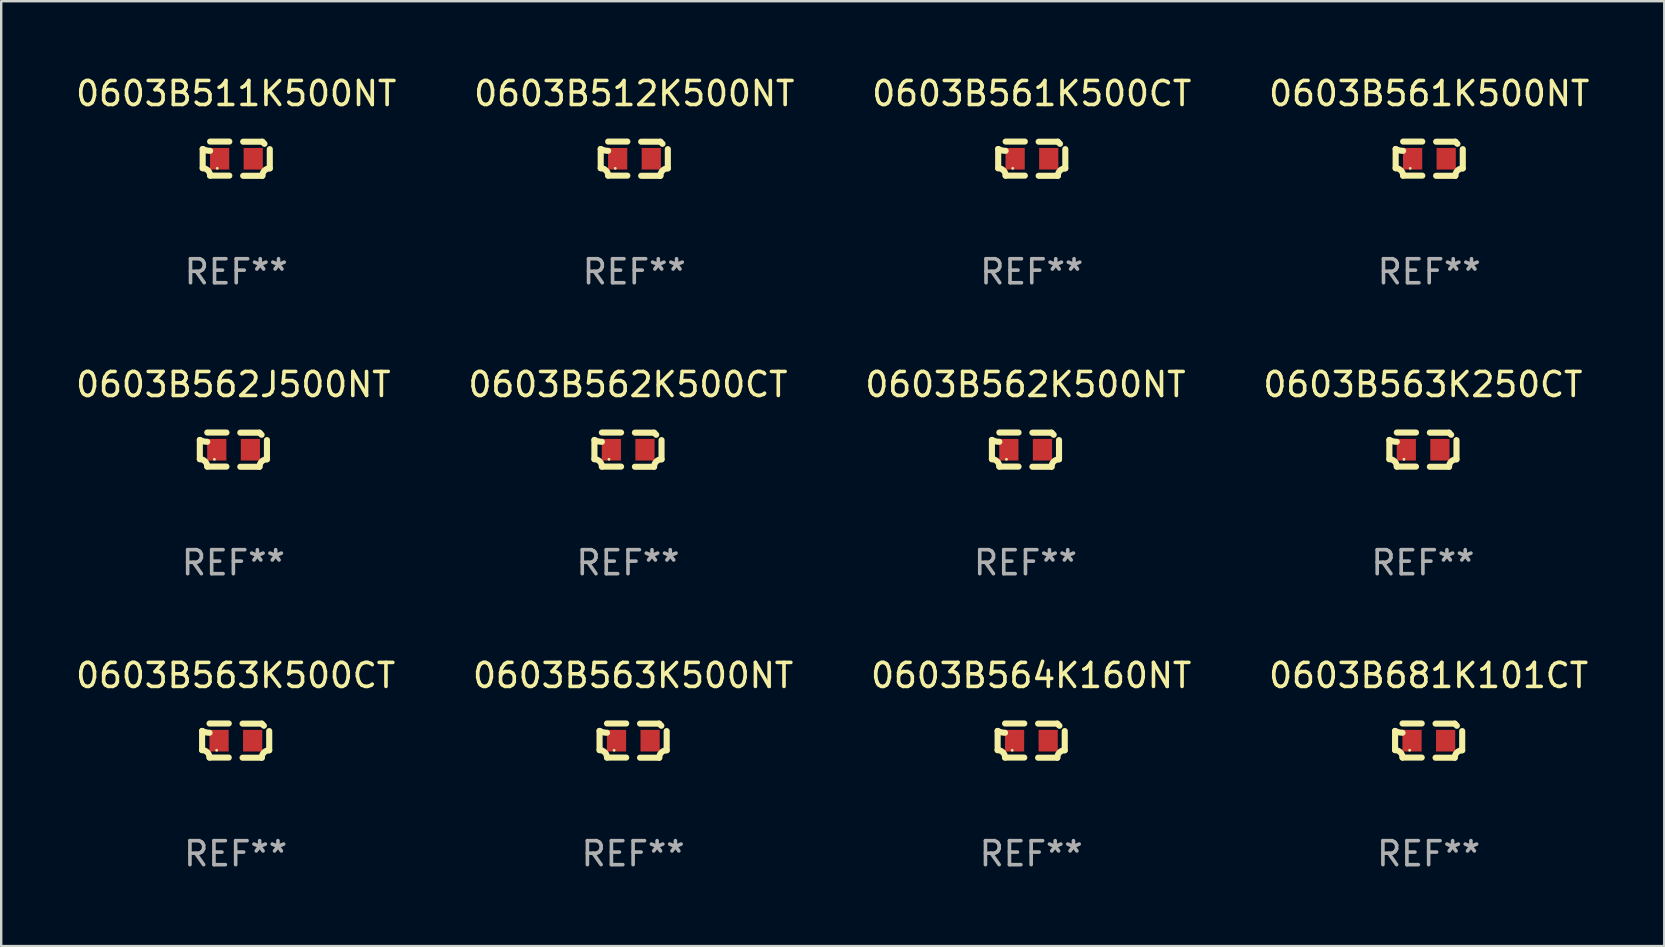
<source format=kicad_pcb>
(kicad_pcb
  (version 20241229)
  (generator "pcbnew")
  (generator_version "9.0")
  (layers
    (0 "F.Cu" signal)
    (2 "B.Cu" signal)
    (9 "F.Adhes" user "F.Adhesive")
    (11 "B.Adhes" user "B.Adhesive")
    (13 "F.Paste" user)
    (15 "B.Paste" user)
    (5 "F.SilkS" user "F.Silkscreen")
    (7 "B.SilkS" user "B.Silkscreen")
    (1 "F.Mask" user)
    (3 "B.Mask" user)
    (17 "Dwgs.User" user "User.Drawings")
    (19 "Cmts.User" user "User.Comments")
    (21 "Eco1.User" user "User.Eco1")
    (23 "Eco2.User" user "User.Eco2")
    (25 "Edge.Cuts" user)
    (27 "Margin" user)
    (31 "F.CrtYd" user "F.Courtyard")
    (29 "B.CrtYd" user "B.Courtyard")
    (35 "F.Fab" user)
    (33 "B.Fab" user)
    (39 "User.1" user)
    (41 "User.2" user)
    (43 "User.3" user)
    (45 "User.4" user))
  (footprint "0603B681K101CT"
    (layer "F.Cu")
    (at 56.47 27.805)
    (property "Reference" "0603B681K101CT" (at 0 -2.713 0) (layer "F.SilkS") (effects (font (size 1 1) (thickness 0.15))))
    (attr through_hole)
    (fp_line (start -1.398 -0.403) (end -1.398 0.397) (stroke (width 0.254) (type solid)) (layer "F.SilkS"))
    (fp_line (start -0.288 -0.713) (end -1.088 -0.713) (stroke (width 0.254) (type solid)) (layer "F.SilkS"))
    (fp_line (start -0.288 0.707) (end -1.088 0.707) (stroke (width 0.254) (type solid)) (layer "F.SilkS"))
    (fp_line (start 0.288 -0.707) (end 1.088 -0.707) (stroke (width 0.254) (type solid)) (layer "F.SilkS"))
    (fp_line (start 0.288 0.713) (end 1.088 0.713) (stroke (width 0.254) (type solid)) (layer "F.SilkS"))
    (fp_line (start 1.398 -0.397) (end 1.398 0.403) (stroke (width 0.254) (type solid)) (layer "F.SilkS"))
    (fp_arc (start -1.397789 0.397066) (mid -1.178701 0.487826) (end -1.08796 0.706922) (stroke (width 0.254001) (type solid)) (layer "F.SilkS"))
    (fp_arc (start -1.08796 -0.327176) (mid -1.247436 -0.346384) (end -1.39779 -0.402908) (stroke (width 0.254001) (type solid)) (layer "F.SilkS"))
    (fp_arc (start 1.087909 0.712738) (mid 1.178656 0.493655) (end 1.397739 0.402908) (stroke (width 0.254001) (type solid)) (layer "F.SilkS"))
    (fp_arc (start 1.175925 -0.618926) (mid 1.131917 -0.662923) (end 1.08791 -0.706922) (stroke (width 0.254001) (type solid)) (layer "F.SilkS"))
    (fp_circle (center -0.792 0.403) (end -0.762 0.403) (stroke (width 0.06) (type solid)) (fill no) (layer "F.SilkS"))
    (fp_text user "REF**" (at 0 4.713 0) (layer "F.Fab") (effects (font (size 1 1) (thickness 0.15))))
    (pad "1" smd rect (at -0.692 0.003) (size 0.8 0.9) (layers "F.Cu" "F.Mask" "F.Paste"))
    (pad "2" smd rect (at 0.708 0.003) (size 0.8 0.9) (layers "F.Cu" "F.Mask" "F.Paste")))
  (footprint "0603B561K500CT"
    (layer "F.Cu")
    (at 39.935 3.561)
    (property "Reference" "0603B561K500CT" (at 0 -2.713 0) (layer "F.SilkS") (effects (font (size 1 1) (thickness 0.15))))
    (attr through_hole)
    (fp_line (start -1.398 -0.403) (end -1.398 0.397) (stroke (width 0.254) (type solid)) (layer "F.SilkS"))
    (fp_line (start -0.288 -0.713) (end -1.088 -0.713) (stroke (width 0.254) (type solid)) (layer "F.SilkS"))
    (fp_line (start -0.288 0.707) (end -1.088 0.707) (stroke (width 0.254) (type solid)) (layer "F.SilkS"))
    (fp_line (start 0.288 -0.707) (end 1.088 -0.707) (stroke (width 0.254) (type solid)) (layer "F.SilkS"))
    (fp_line (start 0.288 0.713) (end 1.088 0.713) (stroke (width 0.254) (type solid)) (layer "F.SilkS"))
    (fp_line (start 1.398 -0.397) (end 1.398 0.403) (stroke (width 0.254) (type solid)) (layer "F.SilkS"))
    (fp_arc (start -1.397789 0.397066) (mid -1.178701 0.487826) (end -1.08796 0.706922) (stroke (width 0.254001) (type solid)) (layer "F.SilkS"))
    (fp_arc (start -1.08796 -0.327176) (mid -1.247436 -0.346384) (end -1.39779 -0.402908) (stroke (width 0.254001) (type solid)) (layer "F.SilkS"))
    (fp_arc (start 1.087909 0.712738) (mid 1.178656 0.493655) (end 1.397739 0.402908) (stroke (width 0.254001) (type solid)) (layer "F.SilkS"))
    (fp_arc (start 1.175925 -0.618926) (mid 1.131917 -0.662923) (end 1.08791 -0.706922) (stroke (width 0.254001) (type solid)) (layer "F.SilkS"))
    (fp_circle (center -0.792 0.403) (end -0.762 0.403) (stroke (width 0.06) (type solid)) (fill no) (layer "F.SilkS"))
    (fp_text user "REF**" (at 0 4.713 0) (layer "F.Fab") (effects (font (size 1 1) (thickness 0.15))))
    (pad "1" smd rect (at -0.692 0.003) (size 0.8 0.9) (layers "F.Cu" "F.Mask" "F.Paste"))
    (pad "2" smd rect (at 0.708 0.003) (size 0.8 0.9) (layers "F.Cu" "F.Mask" "F.Paste")))
  (footprint "0603B562J500NT"
    (layer "F.Cu")
    (at 6.673 15.683)
    (property "Reference" "0603B562J500NT" (at 0 -2.713 0) (layer "F.SilkS") (effects (font (size 1 1) (thickness 0.15))))
    (attr through_hole)
    (fp_line (start -1.398 -0.403) (end -1.398 0.397) (stroke (width 0.254) (type solid)) (layer "F.SilkS"))
    (fp_line (start -0.288 -0.713) (end -1.088 -0.713) (stroke (width 0.254) (type solid)) (layer "F.SilkS"))
    (fp_line (start -0.288 0.707) (end -1.088 0.707) (stroke (width 0.254) (type solid)) (layer "F.SilkS"))
    (fp_line (start 0.288 -0.707) (end 1.088 -0.707) (stroke (width 0.254) (type solid)) (layer "F.SilkS"))
    (fp_line (start 0.288 0.713) (end 1.088 0.713) (stroke (width 0.254) (type solid)) (layer "F.SilkS"))
    (fp_line (start 1.398 -0.397) (end 1.398 0.403) (stroke (width 0.254) (type solid)) (layer "F.SilkS"))
    (fp_arc (start -1.397789 0.397066) (mid -1.178701 0.487826) (end -1.08796 0.706922) (stroke (width 0.254001) (type solid)) (layer "F.SilkS"))
    (fp_arc (start -1.08796 -0.327176) (mid -1.247436 -0.346384) (end -1.39779 -0.402908) (stroke (width 0.254001) (type solid)) (layer "F.SilkS"))
    (fp_arc (start 1.087909 0.712738) (mid 1.178656 0.493655) (end 1.397739 0.402908) (stroke (width 0.254001) (type solid)) (layer "F.SilkS"))
    (fp_arc (start 1.175925 -0.618926) (mid 1.131917 -0.662923) (end 1.08791 -0.706922) (stroke (width 0.254001) (type solid)) (layer "F.SilkS"))
    (fp_circle (center -0.792 0.403) (end -0.762 0.403) (stroke (width 0.06) (type solid)) (fill no) (layer "F.SilkS"))
    (fp_text user "REF**" (at 0 4.713 0) (layer "F.Fab") (effects (font (size 1 1) (thickness 0.15))))
    (pad "1" smd rect (at -0.692 0.003) (size 0.8 0.9) (layers "F.Cu" "F.Mask" "F.Paste"))
    (pad "2" smd rect (at 0.708 0.003) (size 0.8 0.9) (layers "F.Cu" "F.Mask" "F.Paste")))
  (footprint "0603B561K500NT"
    (layer "F.Cu")
    (at 56.494 3.561)
    (property "Reference" "0603B561K500NT" (at 0 -2.713 0) (layer "F.SilkS") (effects (font (size 1 1) (thickness 0.15))))
    (attr through_hole)
    (fp_line (start -1.398 -0.403) (end -1.398 0.397) (stroke (width 0.254) (type solid)) (layer "F.SilkS"))
    (fp_line (start -0.288 -0.713) (end -1.088 -0.713) (stroke (width 0.254) (type solid)) (layer "F.SilkS"))
    (fp_line (start -0.288 0.707) (end -1.088 0.707) (stroke (width 0.254) (type solid)) (layer "F.SilkS"))
    (fp_line (start 0.288 -0.707) (end 1.088 -0.707) (stroke (width 0.254) (type solid)) (layer "F.SilkS"))
    (fp_line (start 0.288 0.713) (end 1.088 0.713) (stroke (width 0.254) (type solid)) (layer "F.SilkS"))
    (fp_line (start 1.398 -0.397) (end 1.398 0.403) (stroke (width 0.254) (type solid)) (layer "F.SilkS"))
    (fp_arc (start -1.397789 0.397066) (mid -1.178701 0.487826) (end -1.08796 0.706922) (stroke (width 0.254001) (type solid)) (layer "F.SilkS"))
    (fp_arc (start -1.08796 -0.327176) (mid -1.247436 -0.346384) (end -1.39779 -0.402908) (stroke (width 0.254001) (type solid)) (layer "F.SilkS"))
    (fp_arc (start 1.087909 0.712738) (mid 1.178656 0.493655) (end 1.397739 0.402908) (stroke (width 0.254001) (type solid)) (layer "F.SilkS"))
    (fp_arc (start 1.175925 -0.618926) (mid 1.131917 -0.662923) (end 1.08791 -0.706922) (stroke (width 0.254001) (type solid)) (layer "F.SilkS"))
    (fp_circle (center -0.792 0.403) (end -0.762 0.403) (stroke (width 0.06) (type solid)) (fill no) (layer "F.SilkS"))
    (fp_text user "REF**" (at 0 4.713 0) (layer "F.Fab") (effects (font (size 1 1) (thickness 0.15))))
    (pad "1" smd rect (at -0.692 0.003) (size 0.8 0.9) (layers "F.Cu" "F.Mask" "F.Paste"))
    (pad "2" smd rect (at 0.708 0.003) (size 0.8 0.9) (layers "F.Cu" "F.Mask" "F.Paste")))
  (footprint "0603B511K500NT"
    (layer "F.Cu")
    (at 6.792 3.561)
    (property "Reference" "0603B511K500NT" (at 0 -2.713 0) (layer "F.SilkS") (effects (font (size 1 1) (thickness 0.15))))
    (attr through_hole)
    (fp_line (start -1.398 -0.403) (end -1.398 0.397) (stroke (width 0.254) (type solid)) (layer "F.SilkS"))
    (fp_line (start -0.288 -0.713) (end -1.088 -0.713) (stroke (width 0.254) (type solid)) (layer "F.SilkS"))
    (fp_line (start -0.288 0.707) (end -1.088 0.707) (stroke (width 0.254) (type solid)) (layer "F.SilkS"))
    (fp_line (start 0.288 -0.707) (end 1.088 -0.707) (stroke (width 0.254) (type solid)) (layer "F.SilkS"))
    (fp_line (start 0.288 0.713) (end 1.088 0.713) (stroke (width 0.254) (type solid)) (layer "F.SilkS"))
    (fp_line (start 1.398 -0.397) (end 1.398 0.403) (stroke (width 0.254) (type solid)) (layer "F.SilkS"))
    (fp_arc (start -1.397789 0.397066) (mid -1.178701 0.487826) (end -1.08796 0.706922) (stroke (width 0.254001) (type solid)) (layer "F.SilkS"))
    (fp_arc (start -1.08796 -0.327176) (mid -1.247436 -0.346384) (end -1.39779 -0.402908) (stroke (width 0.254001) (type solid)) (layer "F.SilkS"))
    (fp_arc (start 1.087909 0.712738) (mid 1.178656 0.493655) (end 1.397739 0.402908) (stroke (width 0.254001) (type solid)) (layer "F.SilkS"))
    (fp_arc (start 1.175925 -0.618926) (mid 1.131917 -0.662923) (end 1.08791 -0.706922) (stroke (width 0.254001) (type solid)) (layer "F.SilkS"))
    (fp_circle (center -0.792 0.403) (end -0.762 0.403) (stroke (width 0.06) (type solid)) (fill no) (layer "F.SilkS"))
    (fp_text user "REF**" (at 0 4.713 0) (layer "F.Fab") (effects (font (size 1 1) (thickness 0.15))))
    (pad "1" smd rect (at -0.692 0.003) (size 0.8 0.9) (layers "F.Cu" "F.Mask" "F.Paste"))
    (pad "2" smd rect (at 0.708 0.003) (size 0.8 0.9) (layers "F.Cu" "F.Mask" "F.Paste")))
  (footprint "0603B563K250CT"
    (layer "F.Cu")
    (at 56.232 15.683)
    (property "Reference" "0603B563K250CT" (at 0 -2.713 0) (layer "F.SilkS") (effects (font (size 1 1) (thickness 0.15))))
    (attr through_hole)
    (fp_line (start -1.398 -0.403) (end -1.398 0.397) (stroke (width 0.254) (type solid)) (layer "F.SilkS"))
    (fp_line (start -0.288 -0.713) (end -1.088 -0.713) (stroke (width 0.254) (type solid)) (layer "F.SilkS"))
    (fp_line (start -0.288 0.707) (end -1.088 0.707) (stroke (width 0.254) (type solid)) (layer "F.SilkS"))
    (fp_line (start 0.288 -0.707) (end 1.088 -0.707) (stroke (width 0.254) (type solid)) (layer "F.SilkS"))
    (fp_line (start 0.288 0.713) (end 1.088 0.713) (stroke (width 0.254) (type solid)) (layer "F.SilkS"))
    (fp_line (start 1.398 -0.397) (end 1.398 0.403) (stroke (width 0.254) (type solid)) (layer "F.SilkS"))
    (fp_arc (start -1.397789 0.397066) (mid -1.178701 0.487826) (end -1.08796 0.706922) (stroke (width 0.254001) (type solid)) (layer "F.SilkS"))
    (fp_arc (start -1.08796 -0.327176) (mid -1.247436 -0.346384) (end -1.39779 -0.402908) (stroke (width 0.254001) (type solid)) (layer "F.SilkS"))
    (fp_arc (start 1.087909 0.712738) (mid 1.178656 0.493655) (end 1.397739 0.402908) (stroke (width 0.254001) (type solid)) (layer "F.SilkS"))
    (fp_arc (start 1.175925 -0.618926) (mid 1.131917 -0.662923) (end 1.08791 -0.706922) (stroke (width 0.254001) (type solid)) (layer "F.SilkS"))
    (fp_circle (center -0.792 0.403) (end -0.762 0.403) (stroke (width 0.06) (type solid)) (fill no) (layer "F.SilkS"))
    (fp_text user "REF**" (at 0 4.713 0) (layer "F.Fab") (effects (font (size 1 1) (thickness 0.15))))
    (pad "1" smd rect (at -0.692 0.003) (size 0.8 0.9) (layers "F.Cu" "F.Mask" "F.Paste"))
    (pad "2" smd rect (at 0.708 0.003) (size 0.8 0.9) (layers "F.Cu" "F.Mask" "F.Paste")))
  (footprint "0603B562K500CT"
    (layer "F.Cu")
    (at 23.113 15.683)
    (property "Reference" "0603B562K500CT" (at 0 -2.713 0) (layer "F.SilkS") (effects (font (size 1 1) (thickness 0.15))))
    (attr through_hole)
    (fp_line (start -1.398 -0.403) (end -1.398 0.397) (stroke (width 0.254) (type solid)) (layer "F.SilkS"))
    (fp_line (start -0.288 -0.713) (end -1.088 -0.713) (stroke (width 0.254) (type solid)) (layer "F.SilkS"))
    (fp_line (start -0.288 0.707) (end -1.088 0.707) (stroke (width 0.254) (type solid)) (layer "F.SilkS"))
    (fp_line (start 0.288 -0.707) (end 1.088 -0.707) (stroke (width 0.254) (type solid)) (layer "F.SilkS"))
    (fp_line (start 0.288 0.713) (end 1.088 0.713) (stroke (width 0.254) (type solid)) (layer "F.SilkS"))
    (fp_line (start 1.398 -0.397) (end 1.398 0.403) (stroke (width 0.254) (type solid)) (layer "F.SilkS"))
    (fp_arc (start -1.397789 0.397066) (mid -1.178701 0.487826) (end -1.08796 0.706922) (stroke (width 0.254001) (type solid)) (layer "F.SilkS"))
    (fp_arc (start -1.08796 -0.327176) (mid -1.247436 -0.346384) (end -1.39779 -0.402908) (stroke (width 0.254001) (type solid)) (layer "F.SilkS"))
    (fp_arc (start 1.087909 0.712738) (mid 1.178656 0.493655) (end 1.397739 0.402908) (stroke (width 0.254001) (type solid)) (layer "F.SilkS"))
    (fp_arc (start 1.175925 -0.618926) (mid 1.131917 -0.662923) (end 1.08791 -0.706922) (stroke (width 0.254001) (type solid)) (layer "F.SilkS"))
    (fp_circle (center -0.792 0.403) (end -0.762 0.403) (stroke (width 0.06) (type solid)) (fill no) (layer "F.SilkS"))
    (fp_text user "REF**" (at 0 4.713 0) (layer "F.Fab") (effects (font (size 1 1) (thickness 0.15))))
    (pad "1" smd rect (at -0.692 0.003) (size 0.8 0.9) (layers "F.Cu" "F.Mask" "F.Paste"))
    (pad "2" smd rect (at 0.708 0.003) (size 0.8 0.9) (layers "F.Cu" "F.Mask" "F.Paste")))
  (footprint "0603B563K500CT"
    (layer "F.Cu")
    (at 6.768 27.805)
    (property "Reference" "0603B563K500CT" (at 0 -2.713 0) (layer "F.SilkS") (effects (font (size 1 1) (thickness 0.15))))
    (attr through_hole)
    (fp_line (start -1.398 -0.403) (end -1.398 0.397) (stroke (width 0.254) (type solid)) (layer "F.SilkS"))
    (fp_line (start -0.288 -0.713) (end -1.088 -0.713) (stroke (width 0.254) (type solid)) (layer "F.SilkS"))
    (fp_line (start -0.288 0.707) (end -1.088 0.707) (stroke (width 0.254) (type solid)) (layer "F.SilkS"))
    (fp_line (start 0.288 -0.707) (end 1.088 -0.707) (stroke (width 0.254) (type solid)) (layer "F.SilkS"))
    (fp_line (start 0.288 0.713) (end 1.088 0.713) (stroke (width 0.254) (type solid)) (layer "F.SilkS"))
    (fp_line (start 1.398 -0.397) (end 1.398 0.403) (stroke (width 0.254) (type solid)) (layer "F.SilkS"))
    (fp_arc (start -1.397789 0.397066) (mid -1.178701 0.487826) (end -1.08796 0.706922) (stroke (width 0.254001) (type solid)) (layer "F.SilkS"))
    (fp_arc (start -1.08796 -0.327176) (mid -1.247436 -0.346384) (end -1.39779 -0.402908) (stroke (width 0.254001) (type solid)) (layer "F.SilkS"))
    (fp_arc (start 1.087909 0.712738) (mid 1.178656 0.493655) (end 1.397739 0.402908) (stroke (width 0.254001) (type solid)) (layer "F.SilkS"))
    (fp_arc (start 1.175925 -0.618926) (mid 1.131917 -0.662923) (end 1.08791 -0.706922) (stroke (width 0.254001) (type solid)) (layer "F.SilkS"))
    (fp_circle (center -0.792 0.403) (end -0.762 0.403) (stroke (width 0.06) (type solid)) (fill no) (layer "F.SilkS"))
    (fp_text user "REF**" (at 0 4.713 0) (layer "F.Fab") (effects (font (size 1 1) (thickness 0.15))))
    (pad "1" smd rect (at -0.692 0.003) (size 0.8 0.9) (layers "F.Cu" "F.Mask" "F.Paste"))
    (pad "2" smd rect (at 0.708 0.003) (size 0.8 0.9) (layers "F.Cu" "F.Mask" "F.Paste")))
  (footprint "0603B563K500NT"
    (layer "F.Cu")
    (at 23.327 27.805)
    (property "Reference" "0603B563K500NT" (at 0 -2.713 0) (layer "F.SilkS") (effects (font (size 1 1) (thickness 0.15))))
    (attr through_hole)
    (fp_line (start -1.398 -0.403) (end -1.398 0.397) (stroke (width 0.254) (type solid)) (layer "F.SilkS"))
    (fp_line (start -0.288 -0.713) (end -1.088 -0.713) (stroke (width 0.254) (type solid)) (layer "F.SilkS"))
    (fp_line (start -0.288 0.707) (end -1.088 0.707) (stroke (width 0.254) (type solid)) (layer "F.SilkS"))
    (fp_line (start 0.288 -0.707) (end 1.088 -0.707) (stroke (width 0.254) (type solid)) (layer "F.SilkS"))
    (fp_line (start 0.288 0.713) (end 1.088 0.713) (stroke (width 0.254) (type solid)) (layer "F.SilkS"))
    (fp_line (start 1.398 -0.397) (end 1.398 0.403) (stroke (width 0.254) (type solid)) (layer "F.SilkS"))
    (fp_arc (start -1.397789 0.397066) (mid -1.178701 0.487826) (end -1.08796 0.706922) (stroke (width 0.254001) (type solid)) (layer "F.SilkS"))
    (fp_arc (start -1.08796 -0.327176) (mid -1.247436 -0.346384) (end -1.39779 -0.402908) (stroke (width 0.254001) (type solid)) (layer "F.SilkS"))
    (fp_arc (start 1.087909 0.712738) (mid 1.178656 0.493655) (end 1.397739 0.402908) (stroke (width 0.254001) (type solid)) (layer "F.SilkS"))
    (fp_arc (start 1.175925 -0.618926) (mid 1.131917 -0.662923) (end 1.08791 -0.706922) (stroke (width 0.254001) (type solid)) (layer "F.SilkS"))
    (fp_circle (center -0.792 0.403) (end -0.762 0.403) (stroke (width 0.06) (type solid)) (fill no) (layer "F.SilkS"))
    (fp_text user "REF**" (at 0 4.713 0) (layer "F.Fab") (effects (font (size 1 1) (thickness 0.15))))
    (pad "1" smd rect (at -0.692 0.003) (size 0.8 0.9) (layers "F.Cu" "F.Mask" "F.Paste"))
    (pad "2" smd rect (at 0.708 0.003) (size 0.8 0.9) (layers "F.Cu" "F.Mask" "F.Paste")))
  (footprint "0603B564K160NT"
    (layer "F.Cu")
    (at 39.911 27.805)
    (property "Reference" "0603B564K160NT" (at 0 -2.713 0) (layer "F.SilkS") (effects (font (size 1 1) (thickness 0.15))))
    (attr through_hole)
    (fp_line (start -1.398 -0.403) (end -1.398 0.397) (stroke (width 0.254) (type solid)) (layer "F.SilkS"))
    (fp_line (start -0.288 -0.713) (end -1.088 -0.713) (stroke (width 0.254) (type solid)) (layer "F.SilkS"))
    (fp_line (start -0.288 0.707) (end -1.088 0.707) (stroke (width 0.254) (type solid)) (layer "F.SilkS"))
    (fp_line (start 0.288 -0.707) (end 1.088 -0.707) (stroke (width 0.254) (type solid)) (layer "F.SilkS"))
    (fp_line (start 0.288 0.713) (end 1.088 0.713) (stroke (width 0.254) (type solid)) (layer "F.SilkS"))
    (fp_line (start 1.398 -0.397) (end 1.398 0.403) (stroke (width 0.254) (type solid)) (layer "F.SilkS"))
    (fp_arc (start -1.397789 0.397066) (mid -1.178701 0.487826) (end -1.08796 0.706922) (stroke (width 0.254001) (type solid)) (layer "F.SilkS"))
    (fp_arc (start -1.08796 -0.327176) (mid -1.247436 -0.346384) (end -1.39779 -0.402908) (stroke (width 0.254001) (type solid)) (layer "F.SilkS"))
    (fp_arc (start 1.087909 0.712738) (mid 1.178656 0.493655) (end 1.397739 0.402908) (stroke (width 0.254001) (type solid)) (layer "F.SilkS"))
    (fp_arc (start 1.175925 -0.618926) (mid 1.131917 -0.662923) (end 1.08791 -0.706922) (stroke (width 0.254001) (type solid)) (layer "F.SilkS"))
    (fp_circle (center -0.792 0.403) (end -0.762 0.403) (stroke (width 0.06) (type solid)) (fill no) (layer "F.SilkS"))
    (fp_text user "REF**" (at 0 4.713 0) (layer "F.Fab") (effects (font (size 1 1) (thickness 0.15))))
    (pad "1" smd rect (at -0.692 0.003) (size 0.8 0.9) (layers "F.Cu" "F.Mask" "F.Paste"))
    (pad "2" smd rect (at 0.708 0.003) (size 0.8 0.9) (layers "F.Cu" "F.Mask" "F.Paste")))
  (footprint "0603B512K500NT"
    (layer "F.Cu")
    (at 23.375 3.561)
    (property "Reference" "0603B512K500NT" (at 0 -2.713 0) (layer "F.SilkS") (effects (font (size 1 1) (thickness 0.15))))
    (attr through_hole)
    (fp_line (start -1.398 -0.403) (end -1.398 0.397) (stroke (width 0.254) (type solid)) (layer "F.SilkS"))
    (fp_line (start -0.288 -0.713) (end -1.088 -0.713) (stroke (width 0.254) (type solid)) (layer "F.SilkS"))
    (fp_line (start -0.288 0.707) (end -1.088 0.707) (stroke (width 0.254) (type solid)) (layer "F.SilkS"))
    (fp_line (start 0.288 -0.707) (end 1.088 -0.707) (stroke (width 0.254) (type solid)) (layer "F.SilkS"))
    (fp_line (start 0.288 0.713) (end 1.088 0.713) (stroke (width 0.254) (type solid)) (layer "F.SilkS"))
    (fp_line (start 1.398 -0.397) (end 1.398 0.403) (stroke (width 0.254) (type solid)) (layer "F.SilkS"))
    (fp_arc (start -1.397789 0.397066) (mid -1.178701 0.487826) (end -1.08796 0.706922) (stroke (width 0.254001) (type solid)) (layer "F.SilkS"))
    (fp_arc (start -1.08796 -0.327176) (mid -1.247436 -0.346384) (end -1.39779 -0.402908) (stroke (width 0.254001) (type solid)) (layer "F.SilkS"))
    (fp_arc (start 1.087909 0.712738) (mid 1.178656 0.493655) (end 1.397739 0.402908) (stroke (width 0.254001) (type solid)) (layer "F.SilkS"))
    (fp_arc (start 1.175925 -0.618926) (mid 1.131917 -0.662923) (end 1.08791 -0.706922) (stroke (width 0.254001) (type solid)) (layer "F.SilkS"))
    (fp_circle (center -0.792 0.403) (end -0.762 0.403) (stroke (width 0.06) (type solid)) (fill no) (layer "F.SilkS"))
    (fp_text user "REF**" (at 0 4.713 0) (layer "F.Fab") (effects (font (size 1 1) (thickness 0.15))))
    (pad "1" smd rect (at -0.692 0.003) (size 0.8 0.9) (layers "F.Cu" "F.Mask" "F.Paste"))
    (pad "2" smd rect (at 0.708 0.003) (size 0.8 0.9) (layers "F.Cu" "F.Mask" "F.Paste")))
  (footprint "0603B562K500NT"
    (layer "F.Cu")
    (at 39.673 15.683)
    (property "Reference" "0603B562K500NT" (at 0 -2.713 0) (layer "F.SilkS") (effects (font (size 1 1) (thickness 0.15))))
    (attr through_hole)
    (fp_line (start -1.398 -0.403) (end -1.398 0.397) (stroke (width 0.254) (type solid)) (layer "F.SilkS"))
    (fp_line (start -0.288 -0.713) (end -1.088 -0.713) (stroke (width 0.254) (type solid)) (layer "F.SilkS"))
    (fp_line (start -0.288 0.707) (end -1.088 0.707) (stroke (width 0.254) (type solid)) (layer "F.SilkS"))
    (fp_line (start 0.288 -0.707) (end 1.088 -0.707) (stroke (width 0.254) (type solid)) (layer "F.SilkS"))
    (fp_line (start 0.288 0.713) (end 1.088 0.713) (stroke (width 0.254) (type solid)) (layer "F.SilkS"))
    (fp_line (start 1.398 -0.397) (end 1.398 0.403) (stroke (width 0.254) (type solid)) (layer "F.SilkS"))
    (fp_arc (start -1.397789 0.397066) (mid -1.178701 0.487826) (end -1.08796 0.706922) (stroke (width 0.254001) (type solid)) (layer "F.SilkS"))
    (fp_arc (start -1.08796 -0.327176) (mid -1.247436 -0.346384) (end -1.39779 -0.402908) (stroke (width 0.254001) (type solid)) (layer "F.SilkS"))
    (fp_arc (start 1.087909 0.712738) (mid 1.178656 0.493655) (end 1.397739 0.402908) (stroke (width 0.254001) (type solid)) (layer "F.SilkS"))
    (fp_arc (start 1.175925 -0.618926) (mid 1.131917 -0.662923) (end 1.08791 -0.706922) (stroke (width 0.254001) (type solid)) (layer "F.SilkS"))
    (fp_circle (center -0.792 0.403) (end -0.762 0.403) (stroke (width 0.06) (type solid)) (fill no) (layer "F.SilkS"))
    (fp_text user "REF**" (at 0 4.713 0) (layer "F.Fab") (effects (font (size 1 1) (thickness 0.15))))
    (pad "1" smd rect (at -0.692 0.003) (size 0.8 0.9) (layers "F.Cu" "F.Mask" "F.Paste"))
    (pad "2" smd rect (at 0.708 0.003) (size 0.8 0.9) (layers "F.Cu" "F.Mask" "F.Paste")))
  (gr_rect
    (start -3 -3)
    (end 66.286 36.366)
    (stroke (width 0.1) (type default))
    (fill no)
    (layer "Edge.Cuts")))
</source>
